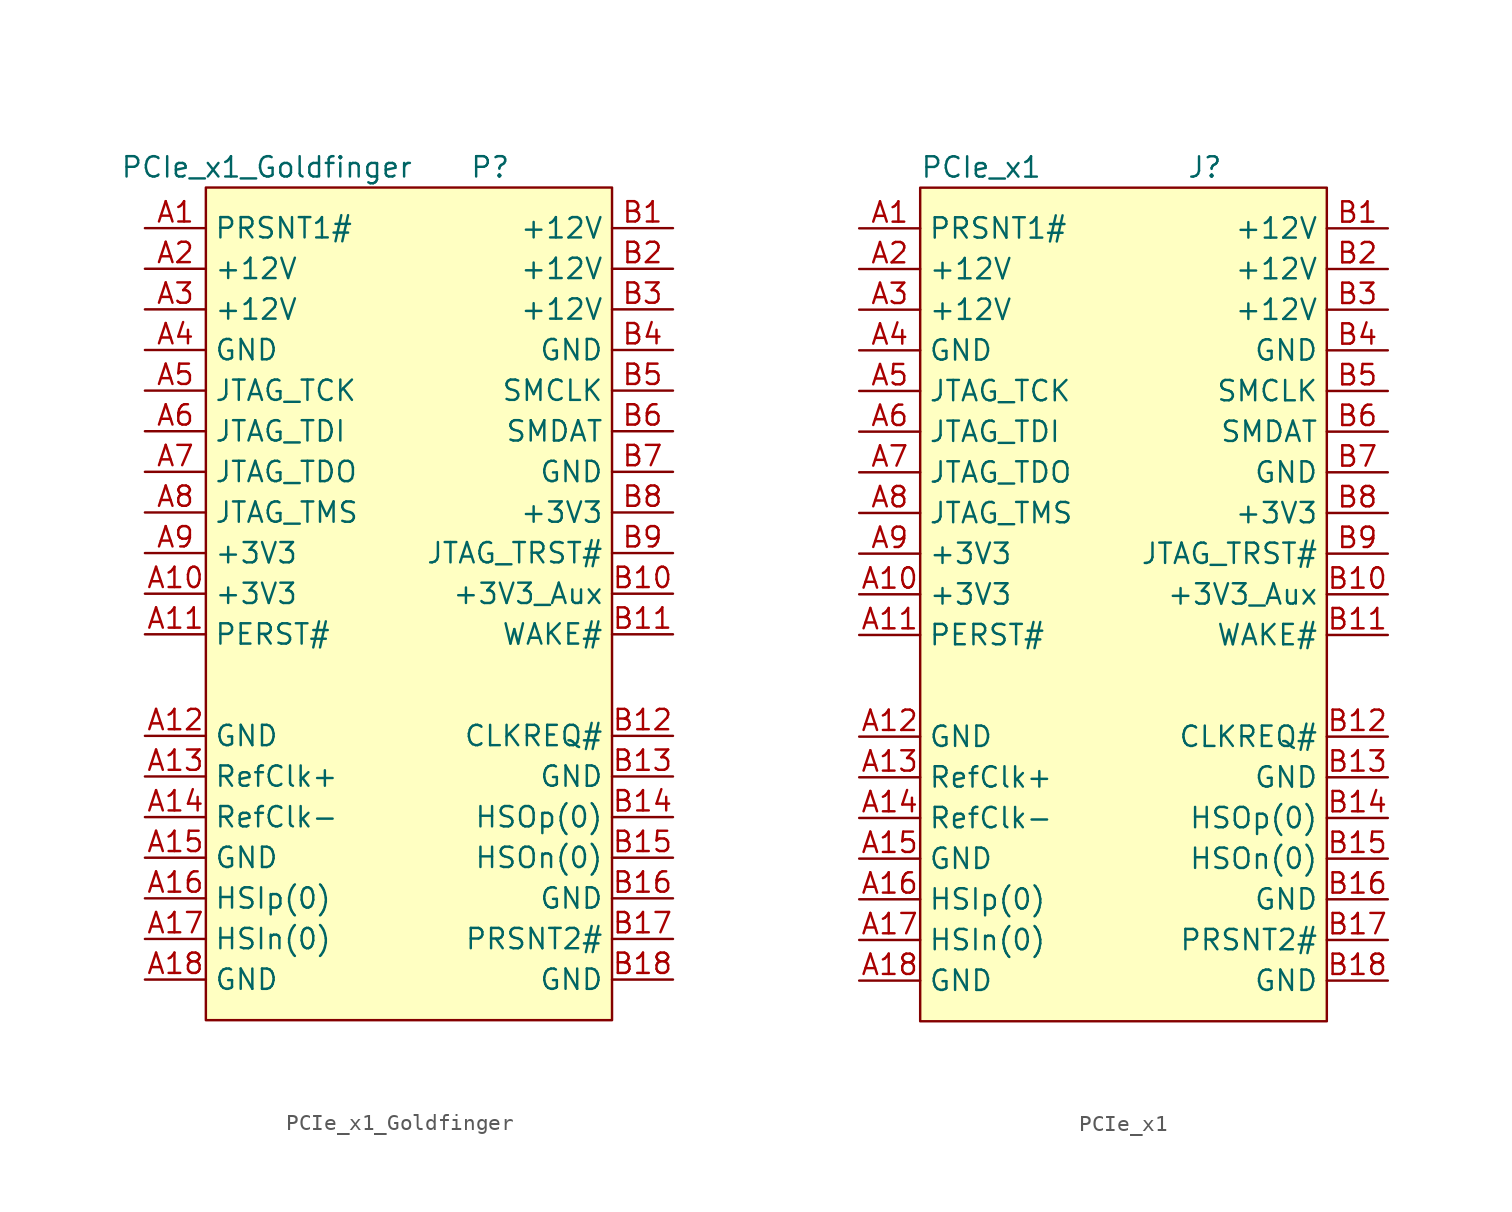
<source format=kicad_sym>
(kicad_symbol_lib
  (version 20231120)
  (generator "kicad_symbol_editor")
  (generator_version "8.0")
  (symbol "PCIe_x1_Goldfinger"
    (property "Reference" "P"
      (at 5.08 31.75 0)
      (effects (font (size 1.27 1.27))))
    (property "Value" "PCIe_x1_Goldfinger"
      (at -8.89 31.75 0)
      (effects (font (size 1.27 1.27))))
    (symbol "PCIe_x1_Goldfinger_0_1"
      (rectangle (start -12.7 30.48) (end 12.7 -21.59) (stroke (width 0) (type default)) (fill (type background))))
    (symbol "PCIe_x1_Goldfinger_1_1"
      (pin passive line (at -16.51 27.94 0) (length 3.81) (name "PRSNT1#" (effects (font (size 1.27 1.27)))) (number "A1" (effects (font (size 1.27 1.27)))))
      (pin passive line (at -16.51 5.08 0) (length 3.81) (name "+3V3" (effects (font (size 1.27 1.27)))) (number "A10" (effects (font (size 1.27 1.27)))))
      (pin passive line (at -16.51 2.54 0) (length 3.81) (name "PERST#" (effects (font (size 1.27 1.27)))) (number "A11" (effects (font (size 1.27 1.27)))))
      (pin passive line (at -16.51 -3.81 0) (length 3.81) (name "GND" (effects (font (size 1.27 1.27)))) (number "A12" (effects (font (size 1.27 1.27)))))
      (pin passive line (at -16.51 -6.35 0) (length 3.81) (name "RefClk+" (effects (font (size 1.27 1.27)))) (number "A13" (effects (font (size 1.27 1.27)))))
      (pin passive line (at -16.51 -8.89 0) (length 3.81) (name "RefClk-" (effects (font (size 1.27 1.27)))) (number "A14" (effects (font (size 1.27 1.27)))))
      (pin passive line (at -16.51 -11.43 0) (length 3.81) (name "GND" (effects (font (size 1.27 1.27)))) (number "A15" (effects (font (size 1.27 1.27)))))
      (pin passive line (at -16.51 -13.97 0) (length 3.81) (name "HSIp(0)" (effects (font (size 1.27 1.27)))) (number "A16" (effects (font (size 1.27 1.27)))))
      (pin passive line (at -16.51 -16.51 0) (length 3.81) (name "HSIn(0)" (effects (font (size 1.27 1.27)))) (number "A17" (effects (font (size 1.27 1.27)))))
      (pin passive line (at -16.51 -19.05 0) (length 3.81) (name "GND" (effects (font (size 1.27 1.27)))) (number "A18" (effects (font (size 1.27 1.27)))))
      (pin passive line (at -16.51 25.4 0) (length 3.81) (name "+12V" (effects (font (size 1.27 1.27)))) (number "A2" (effects (font (size 1.27 1.27)))))
      (pin passive line (at -16.51 22.86 0) (length 3.81) (name "+12V" (effects (font (size 1.27 1.27)))) (number "A3" (effects (font (size 1.27 1.27)))))
      (pin passive line (at -16.51 20.32 0) (length 3.81) (name "GND" (effects (font (size 1.27 1.27)))) (number "A4" (effects (font (size 1.27 1.27)))))
      (pin passive line (at -16.51 17.78 0) (length 3.81) (name "JTAG_TCK" (effects (font (size 1.27 1.27)))) (number "A5" (effects (font (size 1.27 1.27)))))
      (pin passive line (at -16.51 15.24 0) (length 3.81) (name "JTAG_TDI" (effects (font (size 1.27 1.27)))) (number "A6" (effects (font (size 1.27 1.27)))))
      (pin passive line (at -16.51 12.7 0) (length 3.81) (name "JTAG_TDO" (effects (font (size 1.27 1.27)))) (number "A7" (effects (font (size 1.27 1.27)))))
      (pin passive line (at -16.51 10.16 0) (length 3.81) (name "JTAG_TMS" (effects (font (size 1.27 1.27)))) (number "A8" (effects (font (size 1.27 1.27)))))
      (pin passive line (at -16.51 7.62 0) (length 3.81) (name "+3V3" (effects (font (size 1.27 1.27)))) (number "A9" (effects (font (size 1.27 1.27)))))
      (pin passive line (at 16.51 27.94 180) (length 3.81) (name "+12V" (effects (font (size 1.27 1.27)))) (number "B1" (effects (font (size 1.27 1.27)))))
      (pin passive line (at 16.51 5.08 180) (length 3.81) (name "+3V3_Aux" (effects (font (size 1.27 1.27)))) (number "B10" (effects (font (size 1.27 1.27)))))
      (pin passive line (at 16.51 2.54 180) (length 3.81) (name "WAKE#" (effects (font (size 1.27 1.27)))) (number "B11" (effects (font (size 1.27 1.27)))))
      (pin passive line (at 16.51 -3.81 180) (length 3.81) (name "CLKREQ#" (effects (font (size 1.27 1.27)))) (number "B12" (effects (font (size 1.27 1.27)))))
      (pin passive line (at 16.51 -6.35 180) (length 3.81) (name "GND" (effects (font (size 1.27 1.27)))) (number "B13" (effects (font (size 1.27 1.27)))))
      (pin passive line (at 16.51 -8.89 180) (length 3.81) (name "HSOp(0)" (effects (font (size 1.27 1.27)))) (number "B14" (effects (font (size 1.27 1.27)))))
      (pin passive line (at 16.51 -11.43 180) (length 3.81) (name "HSOn(0)" (effects (font (size 1.27 1.27)))) (number "B15" (effects (font (size 1.27 1.27)))))
      (pin passive line (at 16.51 -13.97 180) (length 3.81) (name "GND" (effects (font (size 1.27 1.27)))) (number "B16" (effects (font (size 1.27 1.27)))))
      (pin passive line (at 16.51 -16.51 180) (length 3.81) (name "PRSNT2#" (effects (font (size 1.27 1.27)))) (number "B17" (effects (font (size 1.27 1.27)))))
      (pin passive line (at 16.51 -19.05 180) (length 3.81) (name "GND" (effects (font (size 1.27 1.27)))) (number "B18" (effects (font (size 1.27 1.27)))))
      (pin passive line (at 16.51 25.4 180) (length 3.81) (name "+12V" (effects (font (size 1.27 1.27)))) (number "B2" (effects (font (size 1.27 1.27)))))
      (pin passive line (at 16.51 22.86 180) (length 3.81) (name "+12V" (effects (font (size 1.27 1.27)))) (number "B3" (effects (font (size 1.27 1.27)))))
      (pin passive line (at 16.51 20.32 180) (length 3.81) (name "GND" (effects (font (size 1.27 1.27)))) (number "B4" (effects (font (size 1.27 1.27)))))
      (pin passive line (at 16.51 17.78 180) (length 3.81) (name "SMCLK" (effects (font (size 1.27 1.27)))) (number "B5" (effects (font (size 1.27 1.27)))))
      (pin passive line (at 16.51 15.24 180) (length 3.81) (name "SMDAT" (effects (font (size 1.27 1.27)))) (number "B6" (effects (font (size 1.27 1.27)))))
      (pin passive line (at 16.51 12.7 180) (length 3.81) (name "GND" (effects (font (size 1.27 1.27)))) (number "B7" (effects (font (size 1.27 1.27)))))
      (pin passive line (at 16.51 10.16 180) (length 3.81) (name "+3V3" (effects (font (size 1.27 1.27)))) (number "B8" (effects (font (size 1.27 1.27)))))
      (pin passive line (at 16.51 7.62 180) (length 3.81) (name "JTAG_TRST#" (effects (font (size 1.27 1.27)))) (number "B9" (effects (font (size 1.27 1.27)))))))
  (symbol "PCIe_x1"
    (property "Reference" "J"
      (at 5.08 31.75 0)
      (effects (font (size 1.27 1.27))))
    (property "Value" "PCIe_x1"
      (at -8.89 31.75 0)
      (effects (font (size 1.27 1.27))))
    (symbol "PCIe_x1_0_1"
      (rectangle (start -12.7 30.48) (end 12.7 -21.59) (stroke (width 0) (type default)) (fill (type background))))
    (symbol "PCIe_x1_1_1"
      (pin passive line (at -16.51 27.94 0) (length 3.81) (name "PRSNT1#" (effects (font (size 1.27 1.27)))) (number "A1" (effects (font (size 1.27 1.27)))))
      (pin passive line (at -16.51 5.08 0) (length 3.81) (name "+3V3" (effects (font (size 1.27 1.27)))) (number "A10" (effects (font (size 1.27 1.27)))))
      (pin passive line (at -16.51 2.54 0) (length 3.81) (name "PERST#" (effects (font (size 1.27 1.27)))) (number "A11" (effects (font (size 1.27 1.27)))))
      (pin passive line (at -16.51 -3.81 0) (length 3.81) (name "GND" (effects (font (size 1.27 1.27)))) (number "A12" (effects (font (size 1.27 1.27)))))
      (pin passive line (at -16.51 -6.35 0) (length 3.81) (name "RefClk+" (effects (font (size 1.27 1.27)))) (number "A13" (effects (font (size 1.27 1.27)))))
      (pin passive line (at -16.51 -8.89 0) (length 3.81) (name "RefClk-" (effects (font (size 1.27 1.27)))) (number "A14" (effects (font (size 1.27 1.27)))))
      (pin passive line (at -16.51 -11.43 0) (length 3.81) (name "GND" (effects (font (size 1.27 1.27)))) (number "A15" (effects (font (size 1.27 1.27)))))
      (pin passive line (at -16.51 -13.97 0) (length 3.81) (name "HSIp(0)" (effects (font (size 1.27 1.27)))) (number "A16" (effects (font (size 1.27 1.27)))))
      (pin passive line (at -16.51 -16.51 0) (length 3.81) (name "HSIn(0)" (effects (font (size 1.27 1.27)))) (number "A17" (effects (font (size 1.27 1.27)))))
      (pin passive line (at -16.51 -19.05 0) (length 3.81) (name "GND" (effects (font (size 1.27 1.27)))) (number "A18" (effects (font (size 1.27 1.27)))))
      (pin passive line (at -16.51 25.4 0) (length 3.81) (name "+12V" (effects (font (size 1.27 1.27)))) (number "A2" (effects (font (size 1.27 1.27)))))
      (pin passive line (at -16.51 22.86 0) (length 3.81) (name "+12V" (effects (font (size 1.27 1.27)))) (number "A3" (effects (font (size 1.27 1.27)))))
      (pin passive line (at -16.51 20.32 0) (length 3.81) (name "GND" (effects (font (size 1.27 1.27)))) (number "A4" (effects (font (size 1.27 1.27)))))
      (pin passive line (at -16.51 17.78 0) (length 3.81) (name "JTAG_TCK" (effects (font (size 1.27 1.27)))) (number "A5" (effects (font (size 1.27 1.27)))))
      (pin passive line (at -16.51 15.24 0) (length 3.81) (name "JTAG_TDI" (effects (font (size 1.27 1.27)))) (number "A6" (effects (font (size 1.27 1.27)))))
      (pin passive line (at -16.51 12.7 0) (length 3.81) (name "JTAG_TDO" (effects (font (size 1.27 1.27)))) (number "A7" (effects (font (size 1.27 1.27)))))
      (pin passive line (at -16.51 10.16 0) (length 3.81) (name "JTAG_TMS" (effects (font (size 1.27 1.27)))) (number "A8" (effects (font (size 1.27 1.27)))))
      (pin passive line (at -16.51 7.62 0) (length 3.81) (name "+3V3" (effects (font (size 1.27 1.27)))) (number "A9" (effects (font (size 1.27 1.27)))))
      (pin passive line (at 16.51 27.94 180) (length 3.81) (name "+12V" (effects (font (size 1.27 1.27)))) (number "B1" (effects (font (size 1.27 1.27)))))
      (pin passive line (at 16.51 5.08 180) (length 3.81) (name "+3V3_Aux" (effects (font (size 1.27 1.27)))) (number "B10" (effects (font (size 1.27 1.27)))))
      (pin passive line (at 16.51 2.54 180) (length 3.81) (name "WAKE#" (effects (font (size 1.27 1.27)))) (number "B11" (effects (font (size 1.27 1.27)))))
      (pin passive line (at 16.51 -3.81 180) (length 3.81) (name "CLKREQ#" (effects (font (size 1.27 1.27)))) (number "B12" (effects (font (size 1.27 1.27)))))
      (pin passive line (at 16.51 -6.35 180) (length 3.81) (name "GND" (effects (font (size 1.27 1.27)))) (number "B13" (effects (font (size 1.27 1.27)))))
      (pin passive line (at 16.51 -8.89 180) (length 3.81) (name "HSOp(0)" (effects (font (size 1.27 1.27)))) (number "B14" (effects (font (size 1.27 1.27)))))
      (pin passive line (at 16.51 -11.43 180) (length 3.81) (name "HSOn(0)" (effects (font (size 1.27 1.27)))) (number "B15" (effects (font (size 1.27 1.27)))))
      (pin passive line (at 16.51 -13.97 180) (length 3.81) (name "GND" (effects (font (size 1.27 1.27)))) (number "B16" (effects (font (size 1.27 1.27)))))
      (pin passive line (at 16.51 -16.51 180) (length 3.81) (name "PRSNT2#" (effects (font (size 1.27 1.27)))) (number "B17" (effects (font (size 1.27 1.27)))))
      (pin passive line (at 16.51 -19.05 180) (length 3.81) (name "GND" (effects (font (size 1.27 1.27)))) (number "B18" (effects (font (size 1.27 1.27)))))
      (pin passive line (at 16.51 25.4 180) (length 3.81) (name "+12V" (effects (font (size 1.27 1.27)))) (number "B2" (effects (font (size 1.27 1.27)))))
      (pin passive line (at 16.51 22.86 180) (length 3.81) (name "+12V" (effects (font (size 1.27 1.27)))) (number "B3" (effects (font (size 1.27 1.27)))))
      (pin passive line (at 16.51 20.32 180) (length 3.81) (name "GND" (effects (font (size 1.27 1.27)))) (number "B4" (effects (font (size 1.27 1.27)))))
      (pin passive line (at 16.51 17.78 180) (length 3.81) (name "SMCLK" (effects (font (size 1.27 1.27)))) (number "B5" (effects (font (size 1.27 1.27)))))
      (pin passive line (at 16.51 15.24 180) (length 3.81) (name "SMDAT" (effects (font (size 1.27 1.27)))) (number "B6" (effects (font (size 1.27 1.27)))))
      (pin passive line (at 16.51 12.7 180) (length 3.81) (name "GND" (effects (font (size 1.27 1.27)))) (number "B7" (effects (font (size 1.27 1.27)))))
      (pin passive line (at 16.51 10.16 180) (length 3.81) (name "+3V3" (effects (font (size 1.27 1.27)))) (number "B8" (effects (font (size 1.27 1.27)))))
      (pin passive line (at 16.51 7.62 180) (length 3.81) (name "JTAG_TRST#" (effects (font (size 1.27 1.27)))) (number "B9" (effects (font (size 1.27 1.27))))))))
</source>
